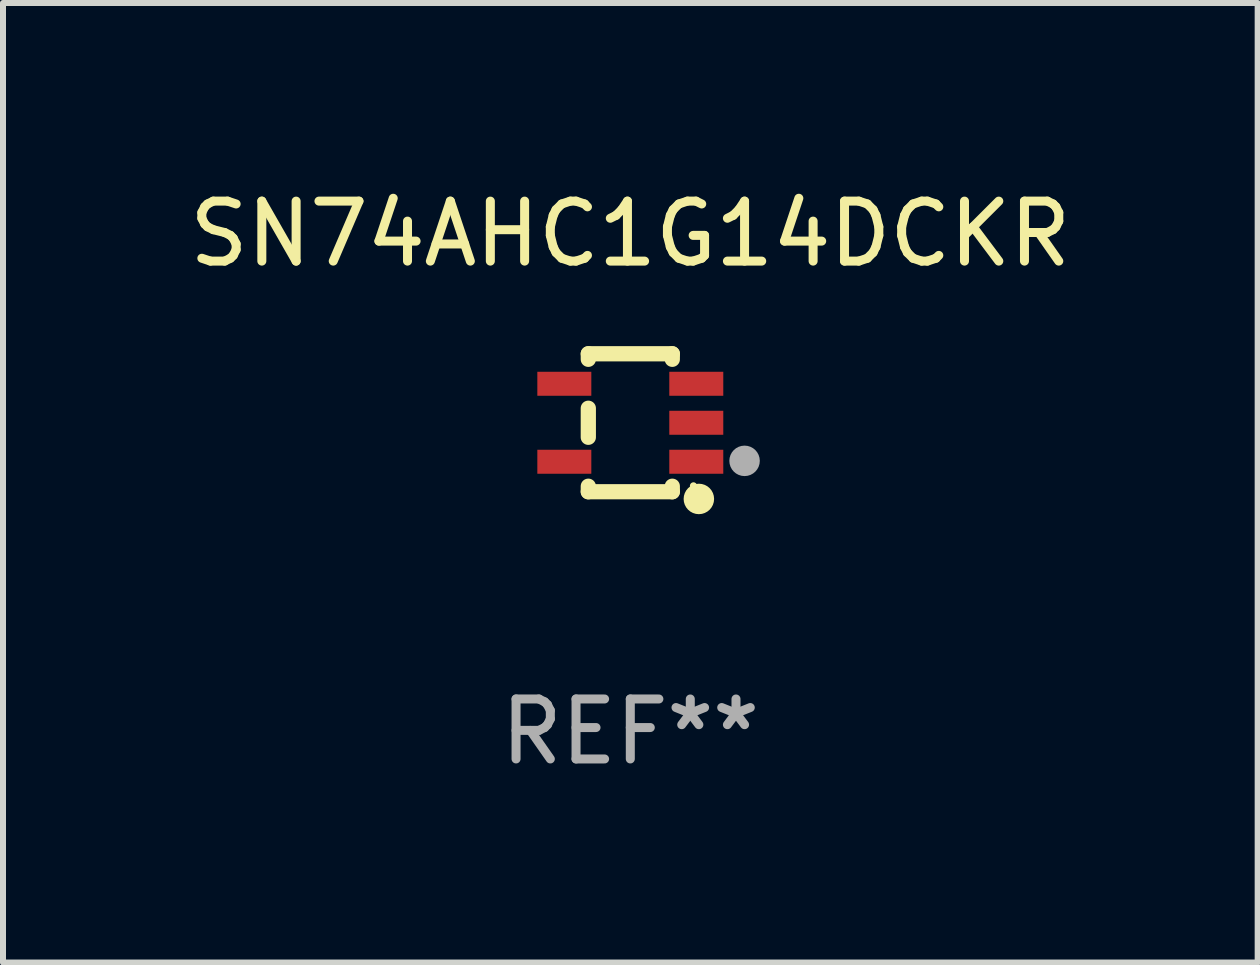
<source format=kicad_pcb>
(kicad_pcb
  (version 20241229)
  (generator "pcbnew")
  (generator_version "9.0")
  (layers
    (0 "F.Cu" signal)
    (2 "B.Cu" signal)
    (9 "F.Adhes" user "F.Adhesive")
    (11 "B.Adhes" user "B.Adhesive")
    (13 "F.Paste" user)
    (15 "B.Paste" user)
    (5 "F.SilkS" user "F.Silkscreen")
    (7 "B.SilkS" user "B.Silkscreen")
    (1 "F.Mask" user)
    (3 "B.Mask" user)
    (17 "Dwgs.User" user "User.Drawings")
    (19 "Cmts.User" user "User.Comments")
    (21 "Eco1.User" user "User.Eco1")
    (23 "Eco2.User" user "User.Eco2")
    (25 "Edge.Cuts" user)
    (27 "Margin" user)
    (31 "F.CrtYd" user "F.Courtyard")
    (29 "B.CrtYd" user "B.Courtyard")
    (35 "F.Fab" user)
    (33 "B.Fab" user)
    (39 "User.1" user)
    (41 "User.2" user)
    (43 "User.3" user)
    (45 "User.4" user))
  (footprint "SN74AHC1G14DCKR"
    (layer "F.Cu")
    (at 7.458 3.998)
    (property "Reference" "SN74AHC1G14DCKR" (at 0 -3.15 0) (layer "F.SilkS") (effects (font (size 1 1) (thickness 0.15))))
    (attr through_hole)
    (fp_line (start -0.7 -1.15) (end 0.7 -1.15) (stroke (width 0.254) (type solid)) (layer "F.SilkS"))
    (fp_line (start -0.7 -1.058) (end -0.7 -1.15) (stroke (width 0.254) (type solid)) (layer "F.SilkS"))
    (fp_line (start -0.7 0.242) (end -0.7 -0.242) (stroke (width 0.254) (type solid)) (layer "F.SilkS"))
    (fp_line (start -0.7 1.15) (end -0.7 1.058) (stroke (width 0.254) (type solid)) (layer "F.SilkS"))
    (fp_line (start -0.7 1.15) (end 0.7 1.15) (stroke (width 0.254) (type solid)) (layer "F.SilkS"))
    (fp_line (start 0.7 -1.058) (end 0.7 -1.15) (stroke (width 0.254) (type solid)) (layer "F.SilkS"))
    (fp_line (start 0.7 1.15) (end 0.7 1.058) (stroke (width 0.254) (type solid)) (layer "F.SilkS"))
    (fp_circle (center 1.053 1.052) (end 1.083 1.052) (stroke (width 0.06) (type solid)) (fill no) (layer "F.SilkS"))
    (fp_circle (center 1.143 1.27) (end 1.27 1.27) (stroke (width 0.254) (type solid)) (fill no) (layer "F.SilkS"))
    (fp_circle (center 1.905 0.635) (end 2.032 0.635) (stroke (width 0.254) (type solid)) (fill no) (layer "F.Fab"))
    (fp_text user "REF**" (at 0 5.15 0) (layer "F.Fab") (effects (font (size 1 1) (thickness 0.15))))
    (pad "1" smd rect (at 1.1 0.65 90) (size 0.4 0.9) (layers "F.Cu" "F.Mask" "F.Paste"))
    (pad "2" smd rect (at 1.1 0.000076 90) (size 0.4 0.9) (layers "F.Cu" "F.Mask" "F.Paste"))
    (pad "3" smd rect (at 1.1 -0.65 90) (size 0.4 0.9) (layers "F.Cu" "F.Mask" "F.Paste"))
    (pad "4" smd rect (at -1.1 -0.65 90) (size 0.4 0.9) (layers "F.Cu" "F.Mask" "F.Paste"))
    (pad "5" smd rect (at -1.1 0.65 90) (size 0.4 0.9) (layers "F.Cu" "F.Mask" "F.Paste")))
  (gr_rect
    (start -3 -3)
    (end 17.917 12.997)
    (stroke (width 0.1) (type default))
    (fill no)
    (layer "Edge.Cuts")))
</source>
